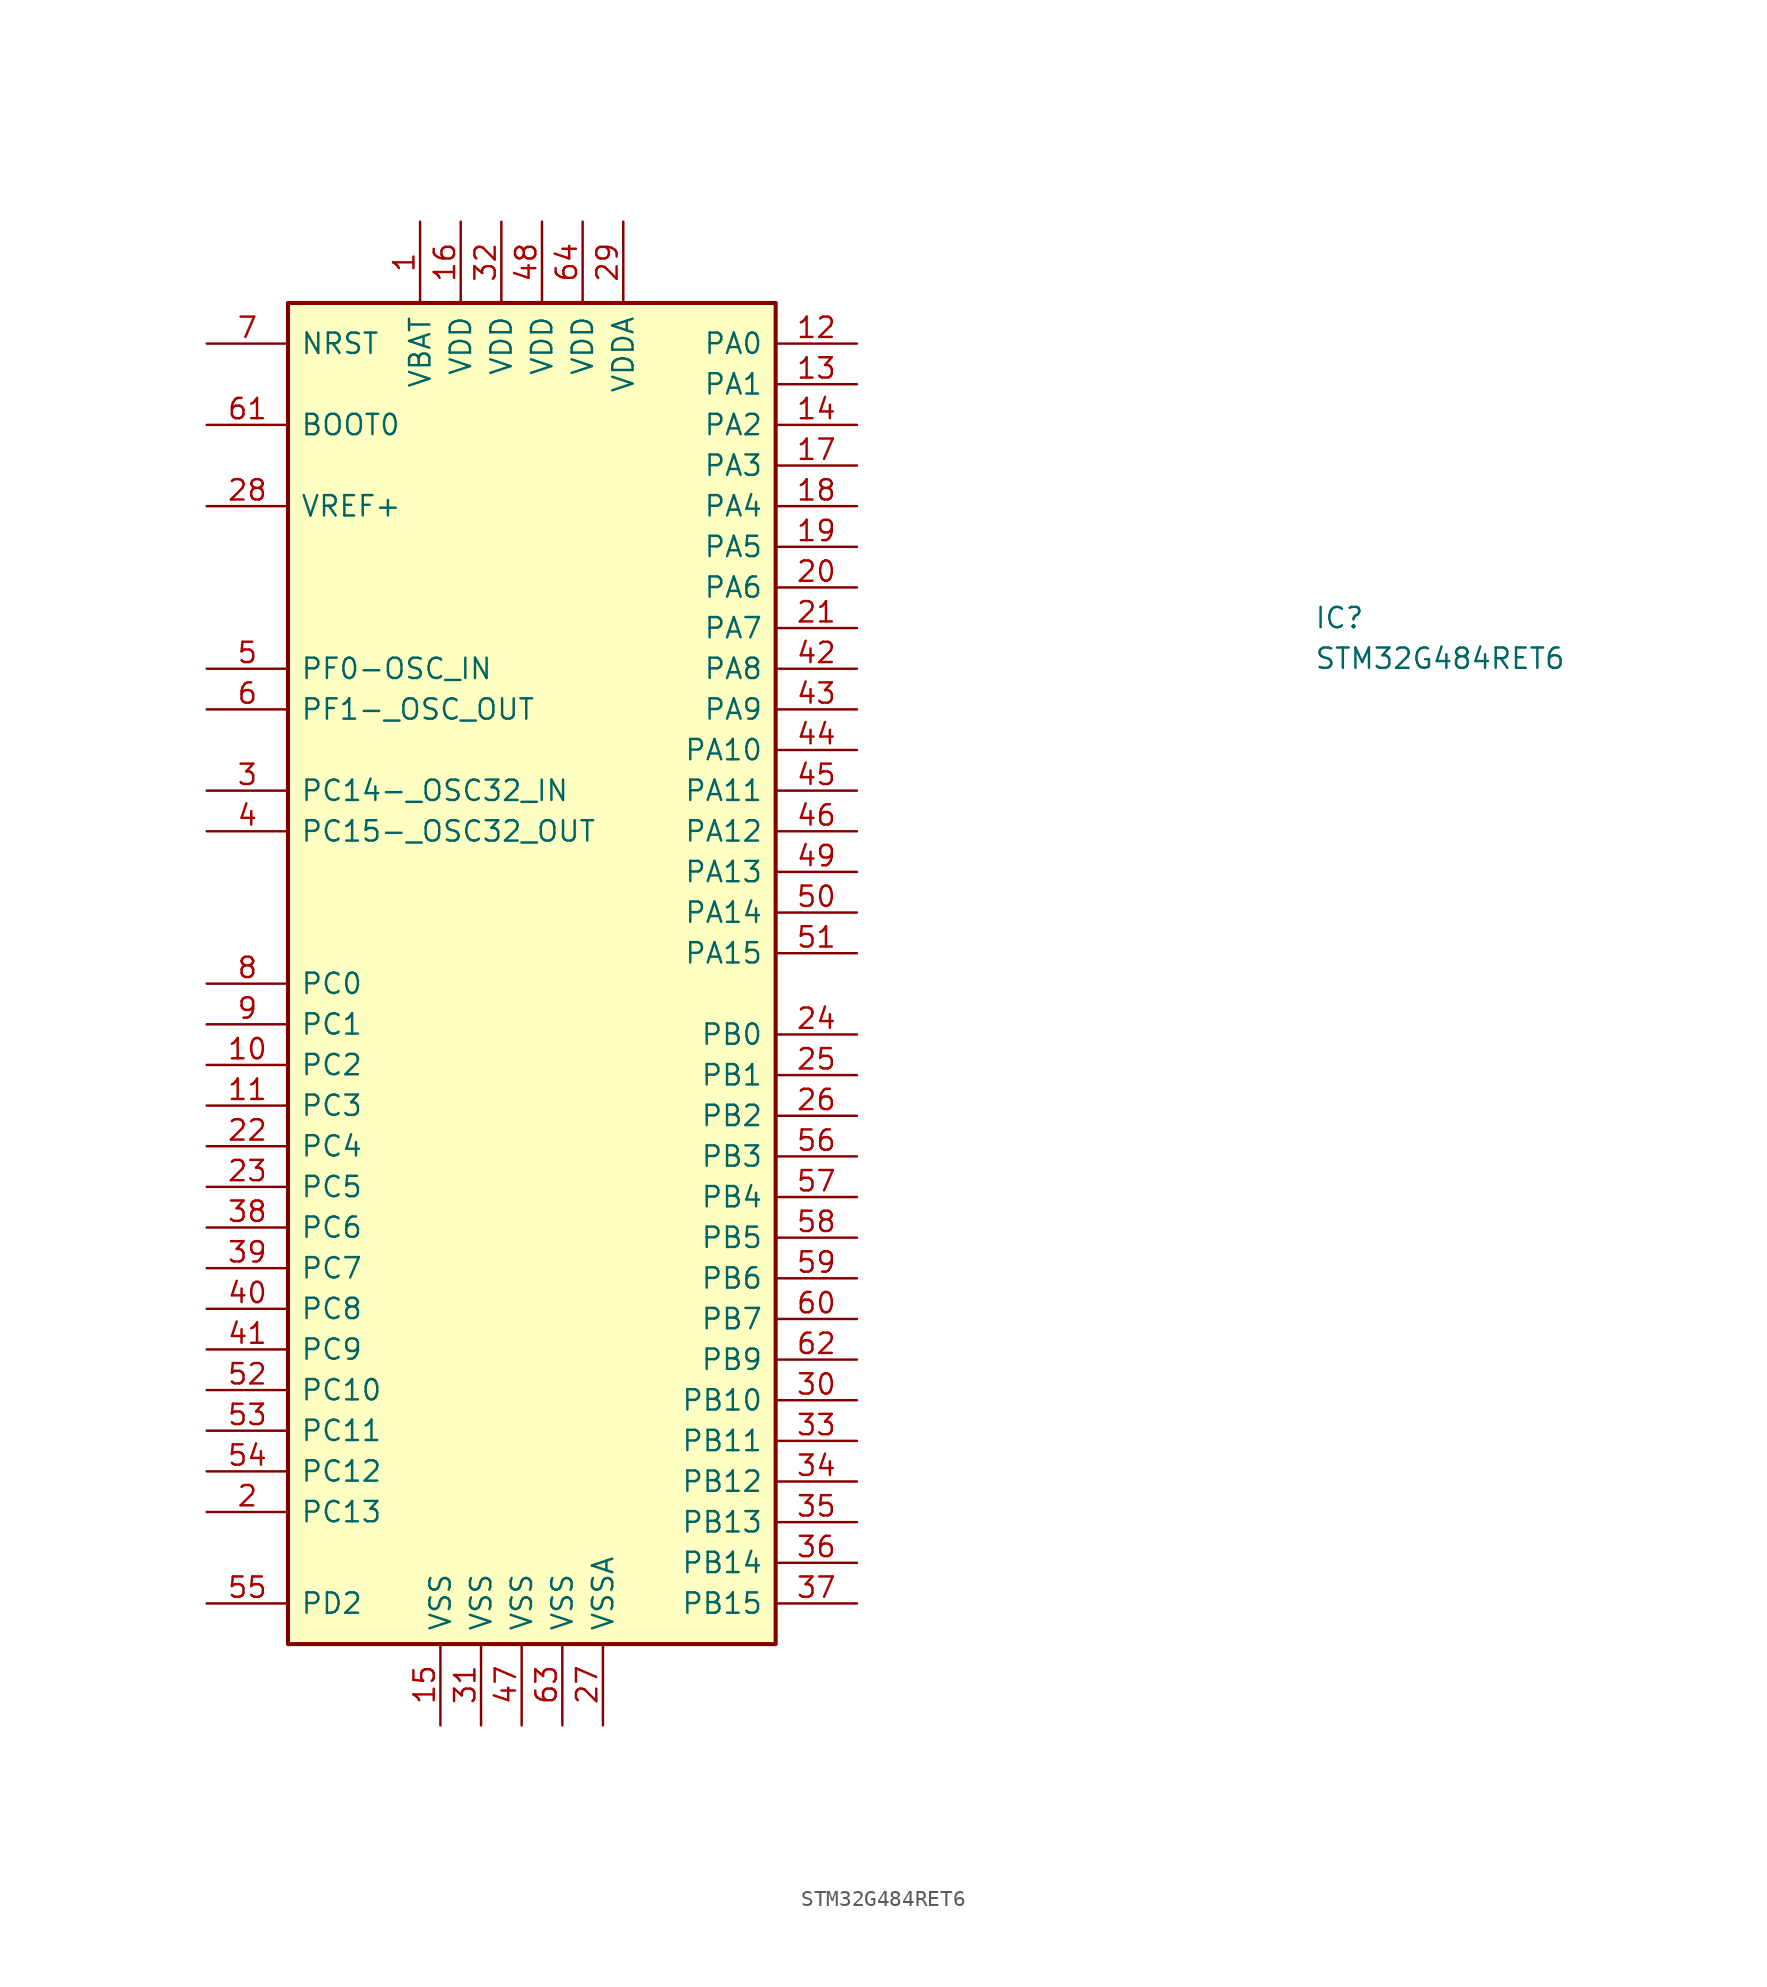
<source format=kicad_sym>
(kicad_symbol_lib
  (version 20211014)
  (generator kicad_symbol_editor)
  (symbol "STM32G484RET6"
    (pin_names
      (offset 0.762))
    (property "Reference" "IC"
      (at 49.53 22.86 0)
      (effects (font (size 1.27 1.27)) (justify left)))
    (property "Value" "STM32G484RET6"
      (at 49.53 20.32 0)
      (effects (font (size 1.27 1.27)) (justify left)))
    (symbol "STM32G484RET6_0_0"
      (pin passive line (at -6.35 47.625 270) (length 5.08) (name "VBAT" (effects (font (size 1.27 1.27)))) (number "1" (effects (font (size 1.27 1.27)))))
      (pin passive line (at -19.685 -5.08 0) (length 5.08) (name "PC2" (effects (font (size 1.27 1.27)))) (number "10" (effects (font (size 1.27 1.27)))))
      (pin passive line (at -19.685 -7.62 0) (length 5.08) (name "PC3" (effects (font (size 1.27 1.27)))) (number "11" (effects (font (size 1.27 1.27)))))
      (pin passive line (at 20.955 40.005 180) (length 5.08) (name "PA0" (effects (font (size 1.27 1.27)))) (number "12" (effects (font (size 1.27 1.27)))))
      (pin passive line (at 20.955 37.465 180) (length 5.08) (name "PA1" (effects (font (size 1.27 1.27)))) (number "13" (effects (font (size 1.27 1.27)))))
      (pin passive line (at 20.955 34.925 180) (length 5.08) (name "PA2" (effects (font (size 1.27 1.27)))) (number "14" (effects (font (size 1.27 1.27)))))
      (pin passive line (at -5.08 -46.355 90) (length 5.08) (name "VSS" (effects (font (size 1.27 1.27)))) (number "15" (effects (font (size 1.27 1.27)))))
      (pin passive line (at -3.81 47.625 270) (length 5.08) (name "VDD" (effects (font (size 1.27 1.27)))) (number "16" (effects (font (size 1.27 1.27)))))
      (pin passive line (at 20.955 32.385 180) (length 5.08) (name "PA3" (effects (font (size 1.27 1.27)))) (number "17" (effects (font (size 1.27 1.27)))))
      (pin passive line (at 20.955 29.845 180) (length 5.08) (name "PA4" (effects (font (size 1.27 1.27)))) (number "18" (effects (font (size 1.27 1.27)))))
      (pin passive line (at 20.955 27.305 180) (length 5.08) (name "PA5" (effects (font (size 1.27 1.27)))) (number "19" (effects (font (size 1.27 1.27)))))
      (pin passive line (at -19.685 -33.02 0) (length 5.08) (name "PC13" (effects (font (size 1.27 1.27)))) (number "2" (effects (font (size 1.27 1.27)))))
      (pin passive line (at 20.955 24.765 180) (length 5.08) (name "PA6" (effects (font (size 1.27 1.27)))) (number "20" (effects (font (size 1.27 1.27)))))
      (pin passive line (at 20.955 22.225 180) (length 5.08) (name "PA7" (effects (font (size 1.27 1.27)))) (number "21" (effects (font (size 1.27 1.27)))))
      (pin passive line (at -19.685 -10.16 0) (length 5.08) (name "PC4" (effects (font (size 1.27 1.27)))) (number "22" (effects (font (size 1.27 1.27)))))
      (pin passive line (at -19.685 -12.7 0) (length 5.08) (name "PC5" (effects (font (size 1.27 1.27)))) (number "23" (effects (font (size 1.27 1.27)))))
      (pin passive line (at 20.955 -3.175 180) (length 5.08) (name "PB0" (effects (font (size 1.27 1.27)))) (number "24" (effects (font (size 1.27 1.27)))))
      (pin passive line (at 20.955 -5.715 180) (length 5.08) (name "PB1" (effects (font (size 1.27 1.27)))) (number "25" (effects (font (size 1.27 1.27)))))
      (pin passive line (at 20.955 -8.255 180) (length 5.08) (name "PB2" (effects (font (size 1.27 1.27)))) (number "26" (effects (font (size 1.27 1.27)))))
      (pin passive line (at 5.08 -46.355 90) (length 5.08) (name "VSSA" (effects (font (size 1.27 1.27)))) (number "27" (effects (font (size 1.27 1.27)))))
      (pin passive line (at -19.685 29.845 0) (length 5.08) (name "VREF+" (effects (font (size 1.27 1.27)))) (number "28" (effects (font (size 1.27 1.27)))))
      (pin passive line (at 6.35 47.625 270) (length 5.08) (name "VDDA" (effects (font (size 1.27 1.27)))) (number "29" (effects (font (size 1.27 1.27)))))
      (pin passive line (at -19.685 12.065 0) (length 5.08) (name "PC14-_OSC32_IN" (effects (font (size 1.27 1.27)))) (number "3" (effects (font (size 1.27 1.27)))))
      (pin passive line (at 20.955 -26.035 180) (length 5.08) (name "PB10" (effects (font (size 1.27 1.27)))) (number "30" (effects (font (size 1.27 1.27)))))
      (pin passive line (at -2.54 -46.355 90) (length 5.08) (name "VSS" (effects (font (size 1.27 1.27)))) (number "31" (effects (font (size 1.27 1.27)))))
      (pin passive line (at -1.27 47.625 270) (length 5.08) (name "VDD" (effects (font (size 1.27 1.27)))) (number "32" (effects (font (size 1.27 1.27)))))
      (pin passive line (at 20.955 -28.575 180) (length 5.08) (name "PB11" (effects (font (size 1.27 1.27)))) (number "33" (effects (font (size 1.27 1.27)))))
      (pin passive line (at 20.955 -31.115 180) (length 5.08) (name "PB12" (effects (font (size 1.27 1.27)))) (number "34" (effects (font (size 1.27 1.27)))))
      (pin passive line (at 20.955 -33.655 180) (length 5.08) (name "PB13" (effects (font (size 1.27 1.27)))) (number "35" (effects (font (size 1.27 1.27)))))
      (pin passive line (at 20.955 -36.195 180) (length 5.08) (name "PB14" (effects (font (size 1.27 1.27)))) (number "36" (effects (font (size 1.27 1.27)))))
      (pin passive line (at 20.955 -38.735 180) (length 5.08) (name "PB15" (effects (font (size 1.27 1.27)))) (number "37" (effects (font (size 1.27 1.27)))))
      (pin passive line (at -19.685 -15.24 0) (length 5.08) (name "PC6" (effects (font (size 1.27 1.27)))) (number "38" (effects (font (size 1.27 1.27)))))
      (pin passive line (at -19.685 -17.78 0) (length 5.08) (name "PC7" (effects (font (size 1.27 1.27)))) (number "39" (effects (font (size 1.27 1.27)))))
      (pin passive line (at -19.685 9.525 0) (length 5.08) (name "PC15-_OSC32_OUT" (effects (font (size 1.27 1.27)))) (number "4" (effects (font (size 1.27 1.27)))))
      (pin passive line (at -19.685 -20.32 0) (length 5.08) (name "PC8" (effects (font (size 1.27 1.27)))) (number "40" (effects (font (size 1.27 1.27)))))
      (pin passive line (at -19.685 -22.86 0) (length 5.08) (name "PC9" (effects (font (size 1.27 1.27)))) (number "41" (effects (font (size 1.27 1.27)))))
      (pin passive line (at 20.955 19.685 180) (length 5.08) (name "PA8" (effects (font (size 1.27 1.27)))) (number "42" (effects (font (size 1.27 1.27)))))
      (pin passive line (at 20.955 17.145 180) (length 5.08) (name "PA9" (effects (font (size 1.27 1.27)))) (number "43" (effects (font (size 1.27 1.27)))))
      (pin passive line (at 20.955 14.605 180) (length 5.08) (name "PA10" (effects (font (size 1.27 1.27)))) (number "44" (effects (font (size 1.27 1.27)))))
      (pin passive line (at 20.955 12.065 180) (length 5.08) (name "PA11" (effects (font (size 1.27 1.27)))) (number "45" (effects (font (size 1.27 1.27)))))
      (pin passive line (at 20.955 9.525 180) (length 5.08) (name "PA12" (effects (font (size 1.27 1.27)))) (number "46" (effects (font (size 1.27 1.27)))))
      (pin passive line (at 0 -46.355 90) (length 5.08) (name "VSS" (effects (font (size 1.27 1.27)))) (number "47" (effects (font (size 1.27 1.27)))))
      (pin passive line (at 1.27 47.625 270) (length 5.08) (name "VDD" (effects (font (size 1.27 1.27)))) (number "48" (effects (font (size 1.27 1.27)))))
      (pin passive line (at 20.955 6.985 180) (length 5.08) (name "PA13" (effects (font (size 1.27 1.27)))) (number "49" (effects (font (size 1.27 1.27)))))
      (pin passive line (at -19.685 19.685 0) (length 5.08) (name "PF0-OSC_IN" (effects (font (size 1.27 1.27)))) (number "5" (effects (font (size 1.27 1.27)))))
      (pin passive line (at 20.955 4.445 180) (length 5.08) (name "PA14" (effects (font (size 1.27 1.27)))) (number "50" (effects (font (size 1.27 1.27)))))
      (pin passive line (at 20.955 1.905 180) (length 5.08) (name "PA15" (effects (font (size 1.27 1.27)))) (number "51" (effects (font (size 1.27 1.27)))))
      (pin passive line (at -19.685 -25.4 0) (length 5.08) (name "PC10" (effects (font (size 1.27 1.27)))) (number "52" (effects (font (size 1.27 1.27)))))
      (pin passive line (at -19.685 -27.94 0) (length 5.08) (name "PC11" (effects (font (size 1.27 1.27)))) (number "53" (effects (font (size 1.27 1.27)))))
      (pin passive line (at -19.685 -30.48 0) (length 5.08) (name "PC12" (effects (font (size 1.27 1.27)))) (number "54" (effects (font (size 1.27 1.27)))))
      (pin passive line (at -19.685 -38.735 0) (length 5.08) (name "PD2" (effects (font (size 1.27 1.27)))) (number "55" (effects (font (size 1.27 1.27)))))
      (pin passive line (at 20.955 -10.795 180) (length 5.08) (name "PB3" (effects (font (size 1.27 1.27)))) (number "56" (effects (font (size 1.27 1.27)))))
      (pin passive line (at 20.955 -13.335 180) (length 5.08) (name "PB4" (effects (font (size 1.27 1.27)))) (number "57" (effects (font (size 1.27 1.27)))))
      (pin passive line (at 20.955 -15.875 180) (length 5.08) (name "PB5" (effects (font (size 1.27 1.27)))) (number "58" (effects (font (size 1.27 1.27)))))
      (pin passive line (at 20.955 -18.415 180) (length 5.08) (name "PB6" (effects (font (size 1.27 1.27)))) (number "59" (effects (font (size 1.27 1.27)))))
      (pin passive line (at -19.685 17.145 0) (length 5.08) (name "PF1-_OSC_OUT" (effects (font (size 1.27 1.27)))) (number "6" (effects (font (size 1.27 1.27)))))
      (pin passive line (at 20.955 -20.955 180) (length 5.08) (name "PB7" (effects (font (size 1.27 1.27)))) (number "60" (effects (font (size 1.27 1.27)))))
      (pin passive line (at -19.685 34.925 0) (length 5.08) (name "BOOT0" (effects (font (size 1.27 1.27)))) (number "61" (effects (font (size 1.27 1.27)))))
      (pin passive line (at 20.955 -23.495 180) (length 5.08) (name "PB9" (effects (font (size 1.27 1.27)))) (number "62" (effects (font (size 1.27 1.27)))))
      (pin passive line (at 2.54 -46.355 90) (length 5.08) (name "VSS" (effects (font (size 1.27 1.27)))) (number "63" (effects (font (size 1.27 1.27)))))
      (pin passive line (at 3.81 47.625 270) (length 5.08) (name "VDD" (effects (font (size 1.27 1.27)))) (number "64" (effects (font (size 1.27 1.27)))))
      (pin passive line (at -19.685 40.005 0) (length 5.08) (name "NRST" (effects (font (size 1.27 1.27)))) (number "7" (effects (font (size 1.27 1.27)))))
      (pin passive line (at -19.685 0 0) (length 5.08) (name "PC0" (effects (font (size 1.27 1.27)))) (number "8" (effects (font (size 1.27 1.27)))))
      (pin passive line (at -19.685 -2.54 0) (length 5.08) (name "PC1" (effects (font (size 1.27 1.27)))) (number "9" (effects (font (size 1.27 1.27))))))
    (symbol "STM32G484RET6_0_1"
      (rectangle (start -14.605 -41.275) (end 15.875 42.545) (stroke (width 0.254) (type default) (color 0 0 0 0)) (fill (type background))))))
</source>
